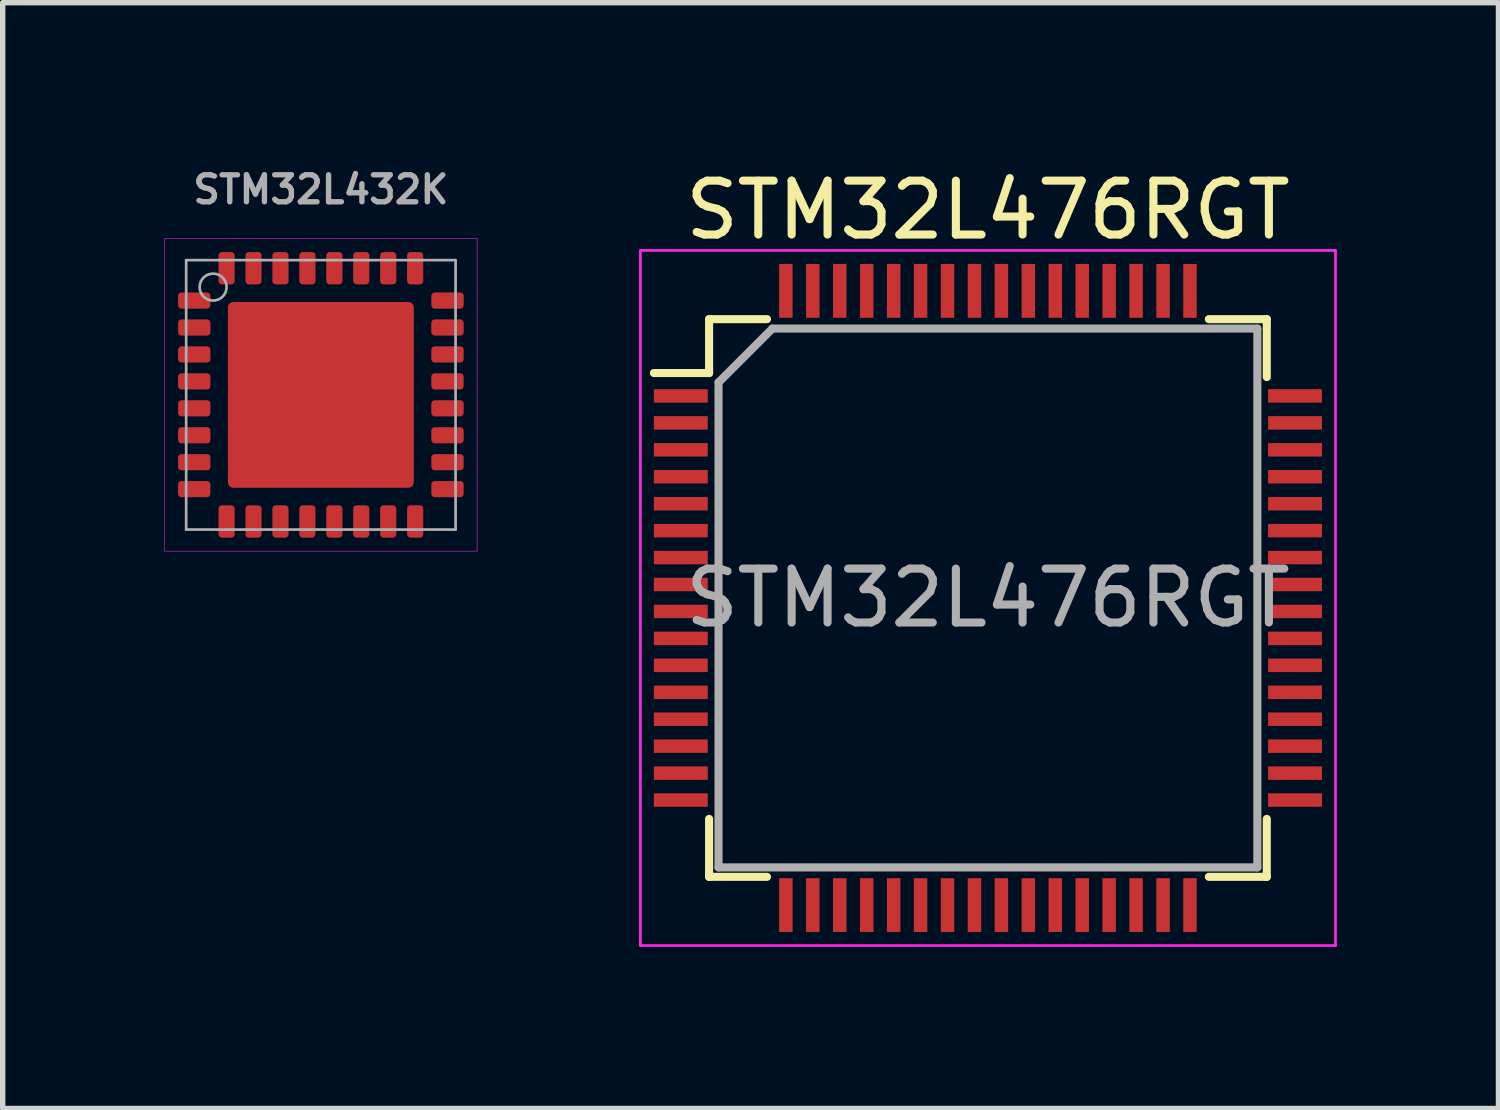
<source format=kicad_pcb>
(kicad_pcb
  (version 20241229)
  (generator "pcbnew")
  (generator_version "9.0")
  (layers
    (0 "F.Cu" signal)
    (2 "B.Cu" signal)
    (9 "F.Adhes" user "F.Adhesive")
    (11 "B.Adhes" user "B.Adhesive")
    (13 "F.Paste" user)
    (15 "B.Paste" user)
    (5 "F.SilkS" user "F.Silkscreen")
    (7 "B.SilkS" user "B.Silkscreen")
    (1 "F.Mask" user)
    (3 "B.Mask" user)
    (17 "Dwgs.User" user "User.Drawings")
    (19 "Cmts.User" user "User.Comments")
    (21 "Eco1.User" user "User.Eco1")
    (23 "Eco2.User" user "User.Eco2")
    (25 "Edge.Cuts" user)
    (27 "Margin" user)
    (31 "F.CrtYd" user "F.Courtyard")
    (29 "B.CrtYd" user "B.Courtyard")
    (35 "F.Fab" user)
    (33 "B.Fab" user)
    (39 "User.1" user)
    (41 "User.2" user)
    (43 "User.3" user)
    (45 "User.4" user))
  (footprint "STM32L476RGT"
    (layer "F.Cu")
    (at 15.285 8.048)
    (property "Reference" "STM32L476RGT" (at 0 -7.2 0) (layer "F.SilkS") (effects (font (size 1 1) (thickness 0.15))))
    (attr smd)
    (fp_line (start -5.175 -5.175) (end -5.175 -4.175) (stroke (width 0.15) (type solid)) (layer "F.SilkS"))
    (fp_line (start -5.175 -5.175) (end -4.1 -5.175) (stroke (width 0.15) (type solid)) (layer "F.SilkS"))
    (fp_line (start -5.175 -4.175) (end -6.2 -4.175) (stroke (width 0.15) (type solid)) (layer "F.SilkS"))
    (fp_line (start -5.175 5.175) (end -5.175 4.1) (stroke (width 0.15) (type solid)) (layer "F.SilkS"))
    (fp_line (start -5.175 5.175) (end -4.1 5.175) (stroke (width 0.15) (type solid)) (layer "F.SilkS"))
    (fp_line (start 5.175 -5.175) (end 4.1 -5.175) (stroke (width 0.15) (type solid)) (layer "F.SilkS"))
    (fp_line (start 5.175 -5.175) (end 5.175 -4.1) (stroke (width 0.15) (type solid)) (layer "F.SilkS"))
    (fp_line (start 5.175 5.175) (end 4.1 5.175) (stroke (width 0.15) (type solid)) (layer "F.SilkS"))
    (fp_line (start 5.175 5.175) (end 5.175 4.1) (stroke (width 0.15) (type solid)) (layer "F.SilkS"))
    (fp_line (start -6.45 -6.45) (end -6.45 6.45) (stroke (width 0.05) (type solid)) (layer "F.CrtYd"))
    (fp_line (start -6.45 -6.45) (end 6.45 -6.45) (stroke (width 0.05) (type solid)) (layer "F.CrtYd"))
    (fp_line (start -6.45 6.45) (end 6.45 6.45) (stroke (width 0.05) (type solid)) (layer "F.CrtYd"))
    (fp_line (start 6.45 -6.45) (end 6.45 6.45) (stroke (width 0.05) (type solid)) (layer "F.CrtYd"))
    (fp_line (start -5 -4) (end -4 -5) (stroke (width 0.15) (type solid)) (layer "F.Fab"))
    (fp_line (start -5 5) (end -5 -4) (stroke (width 0.15) (type solid)) (layer "F.Fab"))
    (fp_line (start -4 -5) (end 5 -5) (stroke (width 0.15) (type solid)) (layer "F.Fab"))
    (fp_line (start 5 -5) (end 5 5) (stroke (width 0.15) (type solid)) (layer "F.Fab"))
    (fp_line (start 5 5) (end -5 5) (stroke (width 0.15) (type solid)) (layer "F.Fab"))
    (fp_text user "${REFERENCE}" (at 0 0 0) (layer "F.Fab") (effects (font (size 1 1) (thickness 0.15))))
    (pad "1" smd rect (at -5.7 -3.75) (size 1 0.25) (layers "F.Cu" "F.Mask" "F.Paste"))
    (pad "2" smd rect (at -5.7 -3.25) (size 1 0.25) (layers "F.Cu" "F.Mask" "F.Paste"))
    (pad "3" smd rect (at -5.7 -2.75) (size 1 0.25) (layers "F.Cu" "F.Mask" "F.Paste"))
    (pad "4" smd rect (at -5.7 -2.25) (size 1 0.25) (layers "F.Cu" "F.Mask" "F.Paste"))
    (pad "5" smd rect (at -5.7 -1.75) (size 1 0.25) (layers "F.Cu" "F.Mask" "F.Paste"))
    (pad "6" smd rect (at -5.7 -1.25) (size 1 0.25) (layers "F.Cu" "F.Mask" "F.Paste"))
    (pad "7" smd rect (at -5.7 -0.75) (size 1 0.25) (layers "F.Cu" "F.Mask" "F.Paste"))
    (pad "8" smd rect (at -5.7 -0.25) (size 1 0.25) (layers "F.Cu" "F.Mask" "F.Paste"))
    (pad "9" smd rect (at -5.7 0.25) (size 1 0.25) (layers "F.Cu" "F.Mask" "F.Paste"))
    (pad "10" smd rect (at -5.7 0.75) (size 1 0.25) (layers "F.Cu" "F.Mask" "F.Paste"))
    (pad "11" smd rect (at -5.7 1.25) (size 1 0.25) (layers "F.Cu" "F.Mask" "F.Paste"))
    (pad "12" smd rect (at -5.7 1.75) (size 1 0.25) (layers "F.Cu" "F.Mask" "F.Paste"))
    (pad "13" smd rect (at -5.7 2.25) (size 1 0.25) (layers "F.Cu" "F.Mask" "F.Paste"))
    (pad "14" smd rect (at -5.7 2.75) (size 1 0.25) (layers "F.Cu" "F.Mask" "F.Paste"))
    (pad "15" smd rect (at -5.7 3.25) (size 1 0.25) (layers "F.Cu" "F.Mask" "F.Paste"))
    (pad "16" smd rect (at -5.7 3.75) (size 1 0.25) (layers "F.Cu" "F.Mask" "F.Paste"))
    (pad "17" smd rect (at -3.75 5.7 90) (size 1 0.25) (layers "F.Cu" "F.Mask" "F.Paste"))
    (pad "18" smd rect (at -3.25 5.7 90) (size 1 0.25) (layers "F.Cu" "F.Mask" "F.Paste"))
    (pad "19" smd rect (at -2.75 5.7 90) (size 1 0.25) (layers "F.Cu" "F.Mask" "F.Paste"))
    (pad "20" smd rect (at -2.25 5.7 90) (size 1 0.25) (layers "F.Cu" "F.Mask" "F.Paste"))
    (pad "21" smd rect (at -1.75 5.7 90) (size 1 0.25) (layers "F.Cu" "F.Mask" "F.Paste"))
    (pad "22" smd rect (at -1.25 5.7 90) (size 1 0.25) (layers "F.Cu" "F.Mask" "F.Paste"))
    (pad "23" smd rect (at -0.75 5.7 90) (size 1 0.25) (layers "F.Cu" "F.Mask" "F.Paste"))
    (pad "24" smd rect (at -0.25 5.7 90) (size 1 0.25) (layers "F.Cu" "F.Mask" "F.Paste"))
    (pad "25" smd rect (at 0.25 5.7 90) (size 1 0.25) (layers "F.Cu" "F.Mask" "F.Paste"))
    (pad "26" smd rect (at 0.75 5.7 90) (size 1 0.25) (layers "F.Cu" "F.Mask" "F.Paste"))
    (pad "27" smd rect (at 1.25 5.7 90) (size 1 0.25) (layers "F.Cu" "F.Mask" "F.Paste"))
    (pad "28" smd rect (at 1.75 5.7 90) (size 1 0.25) (layers "F.Cu" "F.Mask" "F.Paste"))
    (pad "29" smd rect (at 2.25 5.7 90) (size 1 0.25) (layers "F.Cu" "F.Mask" "F.Paste"))
    (pad "30" smd rect (at 2.75 5.7 90) (size 1 0.25) (layers "F.Cu" "F.Mask" "F.Paste"))
    (pad "31" smd rect (at 3.25 5.7 90) (size 1 0.25) (layers "F.Cu" "F.Mask" "F.Paste"))
    (pad "32" smd rect (at 3.75 5.7 90) (size 1 0.25) (layers "F.Cu" "F.Mask" "F.Paste"))
    (pad "33" smd rect (at 5.7 3.75) (size 1 0.25) (layers "F.Cu" "F.Mask" "F.Paste"))
    (pad "34" smd rect (at 5.7 3.25) (size 1 0.25) (layers "F.Cu" "F.Mask" "F.Paste"))
    (pad "35" smd rect (at 5.7 2.75) (size 1 0.25) (layers "F.Cu" "F.Mask" "F.Paste"))
    (pad "36" smd rect (at 5.7 2.25) (size 1 0.25) (layers "F.Cu" "F.Mask" "F.Paste"))
    (pad "37" smd rect (at 5.7 1.75) (size 1 0.25) (layers "F.Cu" "F.Mask" "F.Paste"))
    (pad "38" smd rect (at 5.7 1.25) (size 1 0.25) (layers "F.Cu" "F.Mask" "F.Paste"))
    (pad "39" smd rect (at 5.7 0.75) (size 1 0.25) (layers "F.Cu" "F.Mask" "F.Paste"))
    (pad "40" smd rect (at 5.7 0.25) (size 1 0.25) (layers "F.Cu" "F.Mask" "F.Paste"))
    (pad "41" smd rect (at 5.7 -0.25) (size 1 0.25) (layers "F.Cu" "F.Mask" "F.Paste"))
    (pad "42" smd rect (at 5.7 -0.75) (size 1 0.25) (layers "F.Cu" "F.Mask" "F.Paste"))
    (pad "43" smd rect (at 5.7 -1.25) (size 1 0.25) (layers "F.Cu" "F.Mask" "F.Paste"))
    (pad "44" smd rect (at 5.7 -1.75) (size 1 0.25) (layers "F.Cu" "F.Mask" "F.Paste"))
    (pad "45" smd rect (at 5.7 -2.25) (size 1 0.25) (layers "F.Cu" "F.Mask" "F.Paste"))
    (pad "46" smd rect (at 5.7 -2.75) (size 1 0.25) (layers "F.Cu" "F.Mask" "F.Paste"))
    (pad "47" smd rect (at 5.7 -3.25) (size 1 0.25) (layers "F.Cu" "F.Mask" "F.Paste"))
    (pad "48" smd rect (at 5.7 -3.75) (size 1 0.25) (layers "F.Cu" "F.Mask" "F.Paste"))
    (pad "49" smd rect (at 3.75 -5.7 90) (size 1 0.25) (layers "F.Cu" "F.Mask" "F.Paste"))
    (pad "50" smd rect (at 3.25 -5.7 90) (size 1 0.25) (layers "F.Cu" "F.Mask" "F.Paste"))
    (pad "51" smd rect (at 2.75 -5.7 90) (size 1 0.25) (layers "F.Cu" "F.Mask" "F.Paste"))
    (pad "52" smd rect (at 2.25 -5.7 90) (size 1 0.25) (layers "F.Cu" "F.Mask" "F.Paste"))
    (pad "53" smd rect (at 1.75 -5.7 90) (size 1 0.25) (layers "F.Cu" "F.Mask" "F.Paste"))
    (pad "54" smd rect (at 1.25 -5.7 90) (size 1 0.25) (layers "F.Cu" "F.Mask" "F.Paste"))
    (pad "55" smd rect (at 0.75 -5.7 90) (size 1 0.25) (layers "F.Cu" "F.Mask" "F.Paste"))
    (pad "56" smd rect (at 0.25 -5.7 90) (size 1 0.25) (layers "F.Cu" "F.Mask" "F.Paste"))
    (pad "57" smd rect (at -0.25 -5.7 90) (size 1 0.25) (layers "F.Cu" "F.Mask" "F.Paste"))
    (pad "58" smd rect (at -0.75 -5.7 90) (size 1 0.25) (layers "F.Cu" "F.Mask" "F.Paste"))
    (pad "59" smd rect (at -1.25 -5.7 90) (size 1 0.25) (layers "F.Cu" "F.Mask" "F.Paste"))
    (pad "60" smd rect (at -1.75 -5.7 90) (size 1 0.25) (layers "F.Cu" "F.Mask" "F.Paste"))
    (pad "61" smd rect (at -2.25 -5.7 90) (size 1 0.25) (layers "F.Cu" "F.Mask" "F.Paste"))
    (pad "62" smd rect (at -2.75 -5.7 90) (size 1 0.25) (layers "F.Cu" "F.Mask" "F.Paste"))
    (pad "63" smd rect (at -3.25 -5.7 90) (size 1 0.25) (layers "F.Cu" "F.Mask" "F.Paste"))
    (pad "64" smd rect (at -3.75 -5.7 90) (size 1 0.25) (layers "F.Cu" "F.Mask" "F.Paste")))
  (footprint "STM32L432K"
    (layer "F.Cu")
    (at 2.905 4.278)
    (property "Reference" "STM32L432K" (at 0 -3.81 0) (layer "F.Fab") (effects (font (size 0.5 0.5) (thickness 0.1))))
    (attr smd)
    (fp_line (start -2.9 -2.9) (end -2.9 2.9) (stroke (width 0.01) (type solid)) (layer "F.CrtYd"))
    (fp_line (start -2.9 -2.9) (end 2.9 -2.9) (stroke (width 0.01) (type solid)) (layer "F.CrtYd"))
    (fp_line (start -2.9 2.9) (end 2.9 2.9) (stroke (width 0.01) (type solid)) (layer "F.CrtYd"))
    (fp_line (start 2.9 -2.9) (end 2.9 2.9) (stroke (width 0.01) (type solid)) (layer "F.CrtYd"))
    (fp_line (start -2.5 -2.5) (end 2.5 -2.5) (stroke (width 0.05) (type solid)) (layer "F.Fab"))
    (fp_line (start -2.5 2.5) (end -2.5 -2.5) (stroke (width 0.05) (type solid)) (layer "F.Fab"))
    (fp_line (start 2.5 -2.5) (end 2.5 2.5) (stroke (width 0.05) (type solid)) (layer "F.Fab"))
    (fp_line (start 2.5 2.5) (end -2.5 2.5) (stroke (width 0.05) (type solid)) (layer "F.Fab"))
    (fp_circle (center -2 -2) (end -1.75 -2) (stroke (width 0.05) (type solid)) (fill no) (layer "F.Fab"))
    (pad "" smd rect (at -0.875 -0.875) (size 1.25 1.25) (layers "F.Paste"))
    (pad "" smd rect (at -0.875 0.875) (size 1.25 1.25) (layers "F.Paste"))
    (pad "" smd rect (at 0.875 -0.875) (size 1.25 1.25) (layers "F.Paste"))
    (pad "" smd rect (at 0.875 0.875) (size 1.25 1.25) (layers "F.Paste"))
    (pad "1" smd roundrect (at -2.35 -1.75) (size 0.6 0.3) (layers "F.Cu" "F.Mask" "F.Paste") (roundrect_rratio 0.21))
    (pad "2" smd roundrect (at -2.35 -1.25) (size 0.6 0.3) (layers "F.Cu" "F.Mask" "F.Paste") (roundrect_rratio 0.21))
    (pad "3" smd roundrect (at -2.35 -0.75) (size 0.6 0.3) (layers "F.Cu" "F.Mask" "F.Paste") (roundrect_rratio 0.21))
    (pad "4" smd roundrect (at -2.35 -0.25) (size 0.6 0.3) (layers "F.Cu" "F.Mask" "F.Paste") (roundrect_rratio 0.21))
    (pad "5" smd roundrect (at -2.35 0.25) (size 0.6 0.3) (layers "F.Cu" "F.Mask" "F.Paste") (roundrect_rratio 0.21))
    (pad "6" smd roundrect (at -2.35 0.75) (size 0.6 0.3) (layers "F.Cu" "F.Mask" "F.Paste") (roundrect_rratio 0.21))
    (pad "7" smd roundrect (at -2.35 1.25) (size 0.6 0.3) (layers "F.Cu" "F.Mask" "F.Paste") (roundrect_rratio 0.21))
    (pad "8" smd roundrect (at -2.35 1.75) (size 0.6 0.3) (layers "F.Cu" "F.Mask" "F.Paste") (roundrect_rratio 0.21))
    (pad "9" smd roundrect (at -1.75 2.35 90) (size 0.6 0.3) (layers "F.Cu" "F.Mask" "F.Paste") (roundrect_rratio 0.21))
    (pad "10" smd roundrect (at -1.25 2.35 90) (size 0.6 0.3) (layers "F.Cu" "F.Mask" "F.Paste") (roundrect_rratio 0.21))
    (pad "11" smd roundrect (at -0.75 2.35 90) (size 0.6 0.3) (layers "F.Cu" "F.Mask" "F.Paste") (roundrect_rratio 0.21))
    (pad "12" smd roundrect (at -0.25 2.35 90) (size 0.6 0.3) (layers "F.Cu" "F.Mask" "F.Paste") (roundrect_rratio 0.21))
    (pad "13" smd roundrect (at 0.25 2.35 90) (size 0.6 0.3) (layers "F.Cu" "F.Mask" "F.Paste") (roundrect_rratio 0.21))
    (pad "14" smd roundrect (at 0.75 2.35 90) (size 0.6 0.3) (layers "F.Cu" "F.Mask" "F.Paste") (roundrect_rratio 0.21))
    (pad "15" smd roundrect (at 1.25 2.35 90) (size 0.6 0.3) (layers "F.Cu" "F.Mask" "F.Paste") (roundrect_rratio 0.21))
    (pad "16" smd roundrect (at 1.75 2.35 90) (size 0.6 0.3) (layers "F.Cu" "F.Mask" "F.Paste") (roundrect_rratio 0.21))
    (pad "17" smd roundrect (at 2.35 1.75) (size 0.6 0.3) (layers "F.Cu" "F.Mask" "F.Paste") (roundrect_rratio 0.21))
    (pad "18" smd roundrect (at 2.35 1.25) (size 0.6 0.3) (layers "F.Cu" "F.Mask" "F.Paste") (roundrect_rratio 0.21))
    (pad "19" smd roundrect (at 2.35 0.75) (size 0.6 0.3) (layers "F.Cu" "F.Mask" "F.Paste") (roundrect_rratio 0.21))
    (pad "20" smd roundrect (at 2.35 0.25) (size 0.6 0.3) (layers "F.Cu" "F.Mask" "F.Paste") (roundrect_rratio 0.21))
    (pad "21" smd roundrect (at 2.35 -0.25) (size 0.6 0.3) (layers "F.Cu" "F.Mask" "F.Paste") (roundrect_rratio 0.21))
    (pad "22" smd roundrect (at 2.35 -0.75) (size 0.6 0.3) (layers "F.Cu" "F.Mask" "F.Paste") (roundrect_rratio 0.21))
    (pad "23" smd roundrect (at 2.35 -1.25) (size 0.6 0.3) (layers "F.Cu" "F.Mask" "F.Paste") (roundrect_rratio 0.21))
    (pad "24" smd roundrect (at 2.35 -1.75) (size 0.6 0.3) (layers "F.Cu" "F.Mask" "F.Paste") (roundrect_rratio 0.21))
    (pad "25" smd roundrect (at 1.75 -2.35 90) (size 0.6 0.3) (layers "F.Cu" "F.Mask" "F.Paste") (roundrect_rratio 0.21))
    (pad "26" smd roundrect (at 1.25 -2.35 90) (size 0.6 0.3) (layers "F.Cu" "F.Mask" "F.Paste") (roundrect_rratio 0.21))
    (pad "27" smd roundrect (at 0.75 -2.35 90) (size 0.6 0.3) (layers "F.Cu" "F.Mask" "F.Paste") (roundrect_rratio 0.21))
    (pad "28" smd roundrect (at 0.25 -2.35 90) (size 0.6 0.3) (layers "F.Cu" "F.Mask" "F.Paste") (roundrect_rratio 0.21))
    (pad "29" smd roundrect (at -0.25 -2.35 90) (size 0.6 0.3) (layers "F.Cu" "F.Mask" "F.Paste") (roundrect_rratio 0.21))
    (pad "30" smd roundrect (at -0.75 -2.35 90) (size 0.6 0.3) (layers "F.Cu" "F.Mask" "F.Paste") (roundrect_rratio 0.21))
    (pad "31" smd roundrect (at -1.25 -2.35 90) (size 0.6 0.3) (layers "F.Cu" "F.Mask" "F.Paste") (roundrect_rratio 0.21))
    (pad "32" smd roundrect (at -1.75 -2.35 90) (size 0.6 0.3) (layers "F.Cu" "F.Mask" "F.Paste") (roundrect_rratio 0.21))
    (pad "33" smd roundrect (at 0 0) (size 3.45 3.45) (layers "F.Cu" "F.Mask") (roundrect_rratio 0.03)))
  (gr_rect
    (start -3 -3)
    (end 24.76 17.523)
    (stroke (width 0.1) (type default))
    (fill no)
    (layer "Edge.Cuts")))
</source>
